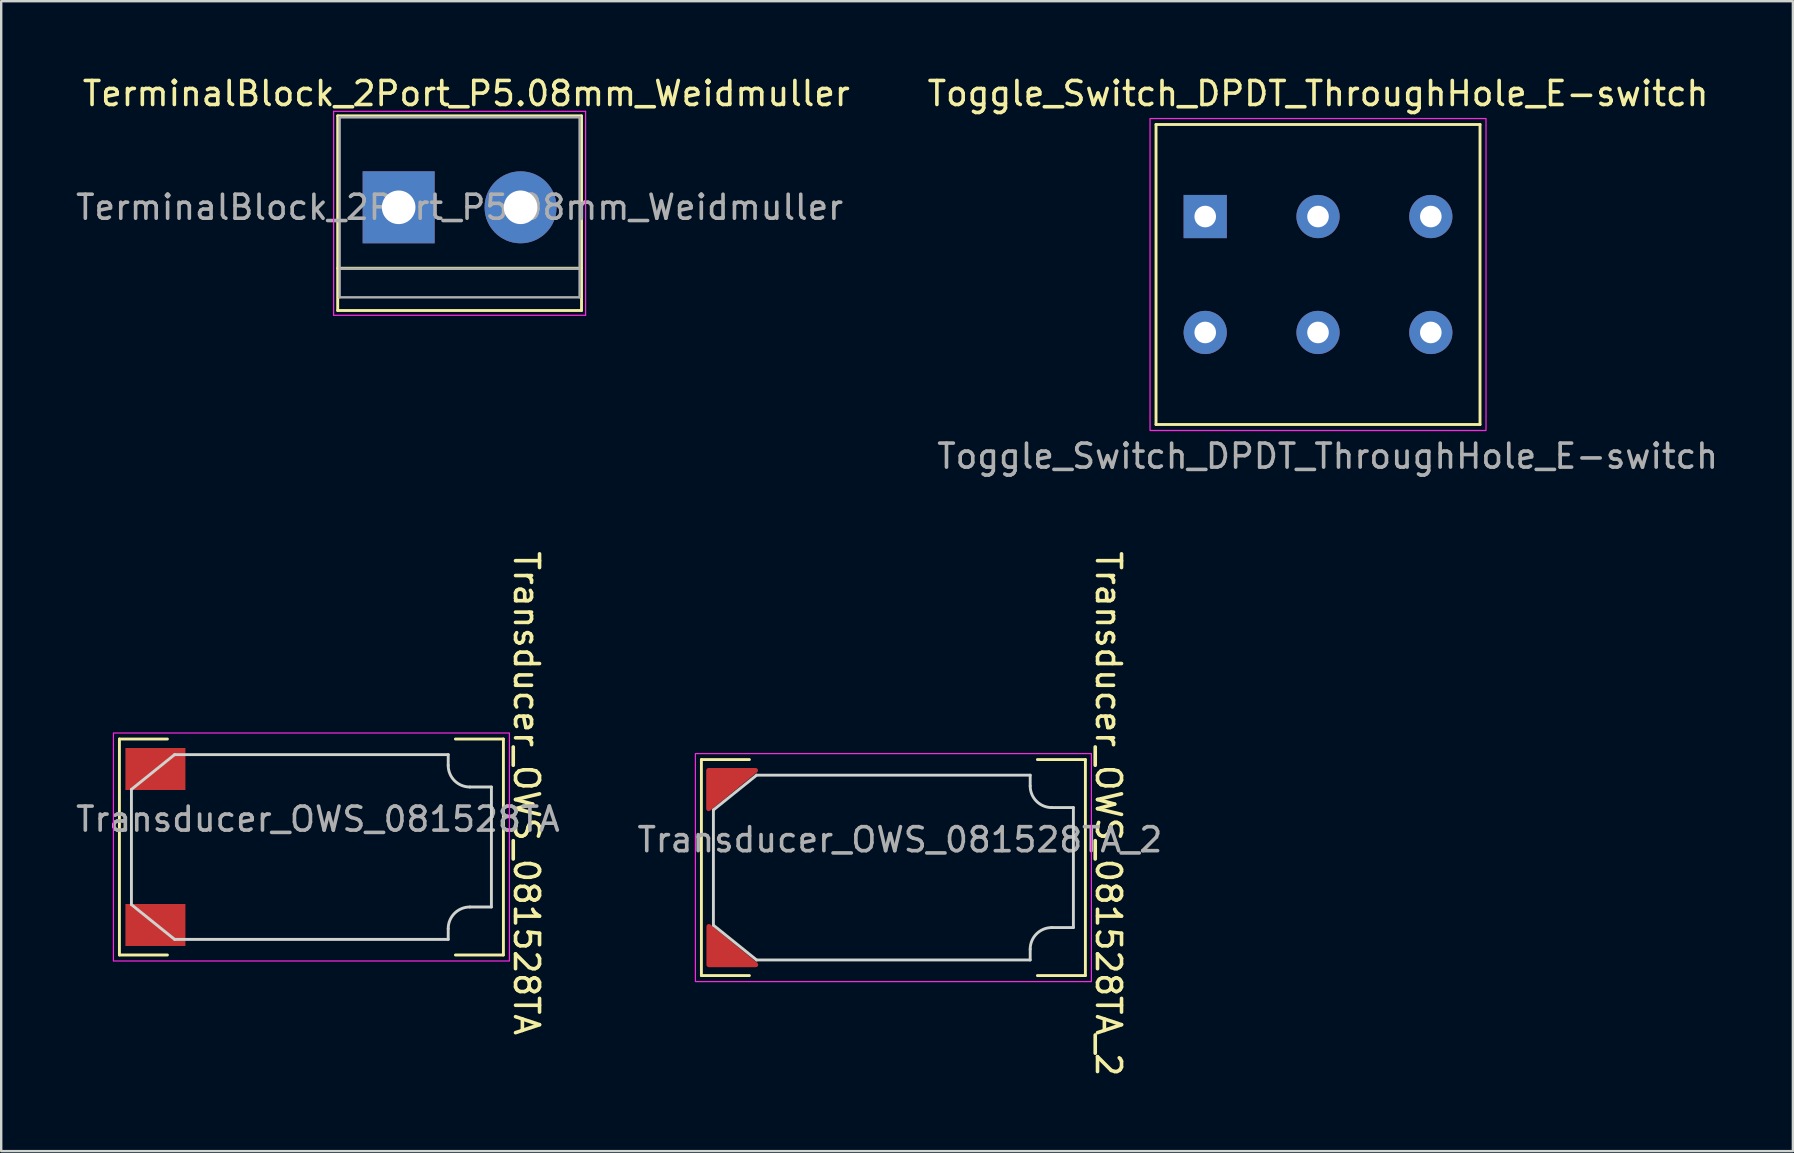
<source format=kicad_pcb>
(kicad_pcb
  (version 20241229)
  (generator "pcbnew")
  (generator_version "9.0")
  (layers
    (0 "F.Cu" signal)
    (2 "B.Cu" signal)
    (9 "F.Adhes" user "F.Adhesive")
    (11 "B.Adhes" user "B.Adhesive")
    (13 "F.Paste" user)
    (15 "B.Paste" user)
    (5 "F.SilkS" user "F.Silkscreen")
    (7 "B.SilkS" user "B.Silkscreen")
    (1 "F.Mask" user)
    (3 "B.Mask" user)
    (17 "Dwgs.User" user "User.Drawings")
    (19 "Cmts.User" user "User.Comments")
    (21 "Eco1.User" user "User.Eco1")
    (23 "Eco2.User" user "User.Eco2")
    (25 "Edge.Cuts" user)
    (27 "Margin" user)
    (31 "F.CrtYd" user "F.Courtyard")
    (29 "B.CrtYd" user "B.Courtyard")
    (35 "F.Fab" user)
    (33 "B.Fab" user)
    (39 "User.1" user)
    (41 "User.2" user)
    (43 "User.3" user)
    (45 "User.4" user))
  (footprint "Transducer_OWS_081528TA_2"
    (layer "F.Cu")
    (at 34.176 33.1)
    (property "Reference" "Transducer_OWS_081528TA_2" (at 8.96 -2.24 270) (unlocked yes) (layer "F.SilkS") (effects (font (size 1 1) (thickness 0.15))))
    (attr smd)
    (fp_line (start -8 -4.5) (end -8 4.5) (stroke (width 0.12) (type solid)) (layer "F.SilkS"))
    (fp_line (start -6 -4.5) (end -8 -4.5) (stroke (width 0.12) (type solid)) (layer "F.SilkS"))
    (fp_line (start -6 4.5) (end -8 4.5) (stroke (width 0.12) (type solid)) (layer "F.SilkS"))
    (fp_line (start 8 -4.5) (end 6 -4.5) (stroke (width 0.12) (type solid)) (layer "F.SilkS"))
    (fp_line (start 8 -4.5) (end 8 4.5) (stroke (width 0.12) (type solid)) (layer "F.SilkS"))
    (fp_line (start 8 4.5) (end 6 4.5) (stroke (width 0.12) (type solid)) (layer "F.SilkS"))
    (fp_line (start -7.5 -2.4) (end -7.5 2.4) (stroke (width 0.12) (type solid)) (layer "Edge.Cuts"))
    (fp_line (start -5.7 -3.85) (end -7.5 -2.4) (stroke (width 0.12) (type solid)) (layer "Edge.Cuts"))
    (fp_line (start -5.7 3.85) (end -7.5 2.4) (stroke (width 0.12) (type solid)) (layer "Edge.Cuts"))
    (fp_line (start 5.7 -3.85) (end -5.7 -3.85) (stroke (width 0.12) (type solid)) (layer "Edge.Cuts"))
    (fp_line (start 5.7 -3.4) (end 5.7 -3.85) (stroke (width 0.12) (type solid)) (layer "Edge.Cuts"))
    (fp_line (start 5.7 3.85) (end -5.7 3.85) (stroke (width 0.12) (type solid)) (layer "Edge.Cuts"))
    (fp_line (start 5.7 3.85) (end 5.7 3.4) (stroke (width 0.12) (type solid)) (layer "Edge.Cuts"))
    (fp_line (start 7.5 -2.5) (end 6.6 -2.5) (stroke (width 0.12) (type solid)) (layer "Edge.Cuts"))
    (fp_line (start 7.5 -2.5) (end 7.5 2.5) (stroke (width 0.12) (type solid)) (layer "Edge.Cuts"))
    (fp_line (start 7.5 2.5) (end 6.6 2.5) (stroke (width 0.12) (type solid)) (layer "Edge.Cuts"))
    (fp_arc (start 5.7 3.4) (mid 5.963604 2.763604) (end 6.6 2.5) (stroke (width 0.12) (type solid)) (layer "Edge.Cuts"))
    (fp_arc (start 6.6 -2.5) (mid 5.963604 -2.763604) (end 5.7 -3.4) (stroke (width 0.12) (type solid)) (layer "Edge.Cuts"))
    (fp_rect (start -8.25 -4.75) (end 8.25 4.75) (stroke (width 0.05) (type solid)) (fill no) (layer "F.CrtYd"))
    (fp_text user "${REFERENCE}" (at 0.27 -1.16 0) (unlocked yes) (layer "F.Fab") (effects (font (size 1 1) (thickness 0.15))))
    (pad "1" smd custom (at -6.74 -3.55) (size 0.55 0.55) (layers "F.Cu" "F.Mask" "F.Paste") (options (anchor circle)) (primitives (gr_poly (pts (xy 1 -0.5) (xy -0.96 -0.5) (xy -0.96 1.1)) (width 0.2) (fill yes))))
    (pad "2" smd custom (at -6.73 3.55 180) (size 0.55 0.55) (layers "F.Cu" "F.Mask" "F.Paste") (options (anchor circle)) (primitives (gr_poly (pts (xy -1 -0.5) (xy 0.96 -0.5) (xy 0.96 1.1)) (width 0.2) (fill yes)))))
  (footprint "Transducer_OWS_081528TA"
    (layer "F.Cu")
    (at 9.926 32.243)
    (property "Reference" "Transducer_OWS_081528TA" (at 8.96 -2.24 270) (unlocked yes) (layer "F.SilkS") (effects (font (size 1 1) (thickness 0.15))))
    (attr smd)
    (fp_line (start -8 -4.5) (end -8 4.5) (stroke (width 0.12) (type solid)) (layer "F.SilkS"))
    (fp_line (start -6 -4.5) (end -8 -4.5) (stroke (width 0.12) (type solid)) (layer "F.SilkS"))
    (fp_line (start -6 4.5) (end -8 4.5) (stroke (width 0.12) (type solid)) (layer "F.SilkS"))
    (fp_line (start 8 -4.5) (end 6 -4.5) (stroke (width 0.12) (type solid)) (layer "F.SilkS"))
    (fp_line (start 8 -4.5) (end 8 4.5) (stroke (width 0.12) (type solid)) (layer "F.SilkS"))
    (fp_line (start 8 4.5) (end 6 4.5) (stroke (width 0.12) (type solid)) (layer "F.SilkS"))
    (fp_line (start -7.5 -2.4) (end -7.5 2.4) (stroke (width 0.12) (type solid)) (layer "Edge.Cuts"))
    (fp_line (start -5.7 -3.85) (end -7.5 -2.4) (stroke (width 0.12) (type solid)) (layer "Edge.Cuts"))
    (fp_line (start -5.7 3.85) (end -7.5 2.4) (stroke (width 0.12) (type solid)) (layer "Edge.Cuts"))
    (fp_line (start 5.7 -3.85) (end -5.7 -3.85) (stroke (width 0.12) (type solid)) (layer "Edge.Cuts"))
    (fp_line (start 5.7 -3.4) (end 5.7 -3.85) (stroke (width 0.12) (type solid)) (layer "Edge.Cuts"))
    (fp_line (start 5.7 3.85) (end -5.7 3.85) (stroke (width 0.12) (type solid)) (layer "Edge.Cuts"))
    (fp_line (start 5.7 3.85) (end 5.7 3.4) (stroke (width 0.12) (type solid)) (layer "Edge.Cuts"))
    (fp_line (start 7.5 -2.5) (end 6.6 -2.5) (stroke (width 0.12) (type solid)) (layer "Edge.Cuts"))
    (fp_line (start 7.5 -2.5) (end 7.5 2.5) (stroke (width 0.12) (type solid)) (layer "Edge.Cuts"))
    (fp_line (start 7.5 2.5) (end 6.6 2.5) (stroke (width 0.12) (type solid)) (layer "Edge.Cuts"))
    (fp_arc (start 5.7 3.4) (mid 5.963604 2.763604) (end 6.6 2.5) (stroke (width 0.12) (type solid)) (layer "Edge.Cuts"))
    (fp_arc (start 6.6 -2.5) (mid 5.963604 -2.763604) (end 5.7 -3.4) (stroke (width 0.12) (type solid)) (layer "Edge.Cuts"))
    (fp_rect (start -8.25 -4.75) (end 8.25 4.75) (stroke (width 0.05) (type solid)) (fill no) (layer "F.CrtYd"))
    (fp_text user "${REFERENCE}" (at 0.27 -1.16 0) (unlocked yes) (layer "F.Fab") (effects (font (size 1 1) (thickness 0.15))))
    (pad "1" smd rect (at -6.5 -3.25) (size 2.5 1.75) (layers "F.Cu" "F.Mask" "F.Paste"))
    (pad "2" smd rect (at -6.5 3.25) (size 2.5 1.75) (layers "F.Cu" "F.Mask" "F.Paste")))
  (footprint "TerminalBlock_2Port_P5.08mm_Weidmuller"
    (layer "F.Cu")
    (at 13.561 5.588)
    (property "Reference" "TerminalBlock_2Port_P5.08mm_Weidmuller" (at 2.82 -4.74 0) (layer "F.SilkS") (effects (font (size 1 1) (thickness 0.15))))
    (attr through_hole)
    (fp_line (start -2.54 -3.81) (end -2.54 4.3) (stroke (width 0.12) (type solid)) (layer "F.SilkS"))
    (fp_line (start -2.54 4.3) (end 7.62 4.3) (stroke (width 0.12) (type solid)) (layer "F.SilkS"))
    (fp_line (start 7.62 -3.81) (end -2.54 -3.81) (stroke (width 0.12) (type solid)) (layer "F.SilkS"))
    (fp_line (start 7.62 2.54) (end -2.54 2.54) (stroke (width 0.12) (type solid)) (layer "F.SilkS"))
    (fp_line (start 7.62 4.3) (end 7.62 -3.81) (stroke (width 0.12) (type solid)) (layer "F.SilkS"))
    (fp_line (start -2.71 -4) (end -2.71 4.5) (stroke (width 0.05) (type solid)) (layer "F.CrtYd"))
    (fp_line (start -2.71 -4) (end 7.79 -4) (stroke (width 0.05) (type solid)) (layer "F.CrtYd"))
    (fp_line (start 7.79 4.5) (end -2.71 4.5) (stroke (width 0.05) (type solid)) (layer "F.CrtYd"))
    (fp_line (start 7.79 4.5) (end 7.79 -4) (stroke (width 0.05) (type solid)) (layer "F.CrtYd"))
    (fp_line (start -2.46 -3.75) (end -2.46 3.75) (stroke (width 0.1) (type solid)) (layer "F.Fab"))
    (fp_line (start -2.46 3.75) (end 7.54 3.75) (stroke (width 0.1) (type solid)) (layer "F.Fab"))
    (fp_line (start -2.41 2.55) (end 7.49 2.55) (stroke (width 0.1) (type solid)) (layer "F.Fab"))
    (fp_line (start 7.54 -3.75) (end -2.46 -3.75) (stroke (width 0.1) (type solid)) (layer "F.Fab"))
    (fp_line (start 7.54 3.75) (end 7.54 -3.75) (stroke (width 0.1) (type solid)) (layer "F.Fab"))
    (fp_text user "${REFERENCE}" (at 2.54 0 0) (layer "F.Fab") (effects (font (size 1 1) (thickness 0.15))))
    (pad "1" thru_hole rect (at 0 0) (size 3 3) (drill 1.4) (layers "*.Cu" "*.Mask"))
    (pad "2" thru_hole circle (at 5.08 0) (size 3 3) (drill 1.4) (layers "*.Cu" "*.Mask")))
  (footprint "Toggle_Switch_DPDT_ThroughHole_E-switch"
    (layer "F.Cu")
    (at 51.869 8.388)
    (property "Reference" "Toggle_Switch_DPDT_ThroughHole_E-switch" (at 0 -7.54 0) (layer "F.SilkS") (effects (font (size 1 1) (thickness 0.15))))
    (attr through_hole)
    (fp_line (start -6.75 6.25) (end -6.75 -6.25) (stroke (width 0.12) (type solid)) (layer "F.SilkS"))
    (fp_line (start 6.75 -6.25) (end -6.75 -6.25) (stroke (width 0.12) (type solid)) (layer "F.SilkS"))
    (fp_line (start 6.75 6.25) (end -6.75 6.25) (stroke (width 0.12) (type solid)) (layer "F.SilkS"))
    (fp_line (start 6.75 6.25) (end 6.75 -6.25) (stroke (width 0.12) (type solid)) (layer "F.SilkS"))
    (fp_rect (start -7 -6.5) (end 7 6.5) (stroke (width 0.05) (type solid)) (fill no) (layer "F.CrtYd"))
    (fp_text user "${REFERENCE}" (at 0.4 7.57 0) (layer "F.Fab") (effects (font (size 1 1) (thickness 0.15))))
    (pad "1" thru_hole rect (at -4.7 -2.415) (size 1.8 1.8) (drill 0.9) (layers "*.Cu" "*.Mask"))
    (pad "2" thru_hole circle (at 0 -2.415) (size 1.8 1.8) (drill 0.9) (layers "*.Cu" "*.Mask"))
    (pad "3" thru_hole circle (at 4.7 -2.415) (size 1.8 1.8) (drill 0.9) (layers "*.Cu" "*.Mask"))
    (pad "4" thru_hole circle (at 4.7 2.415) (size 1.8 1.8) (drill 0.9) (layers "*.Cu" "*.Mask"))
    (pad "5" thru_hole circle (at 0 2.415) (size 1.8 1.8) (drill 0.9) (layers "*.Cu" "*.Mask"))
    (pad "6" thru_hole circle (at -4.7 2.415) (size 1.8 1.8) (drill 0.9) (layers "*.Cu" "*.Mask")))
  (gr_rect
    (start -3 -3)
    (end 71.656 44.914)
    (stroke (width 0.1) (type default))
    (fill no)
    (layer "Edge.Cuts")))
</source>
